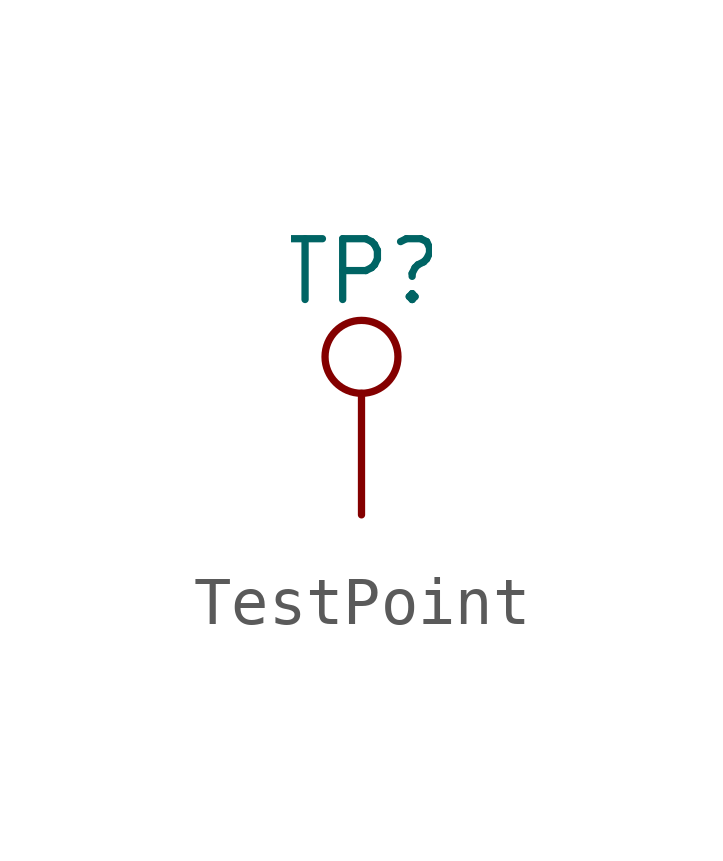
<source format=kicad_sym>
(kicad_symbol_lib
  (version 20220914)
  (generator kicad_symbol_editor)
  (symbol "TestPoint"
    (pin_numbers hide)
    (pin_names hide)
    (property "Reference" "TP"
      (at 0 5.08 0)
      (effects (font (size 1.27 1.27))))
    (property "Value" ""
      (at 0 0 0)
      (effects (font (size 1.27 1.27))))
    (symbol "TestPoint_0_1"
      (circle (center 0 3.302) (radius 0.762) (stroke (width 0) (type default)) (fill (type none))))
    (symbol "TestPoint_1_1"
      (pin passive line (at 0 0 90) (length 2.54) (name "1" (effects (font (size 1.27 1.27)))) (number "1" (effects (font (size 1.27 1.27))))))))
</source>
